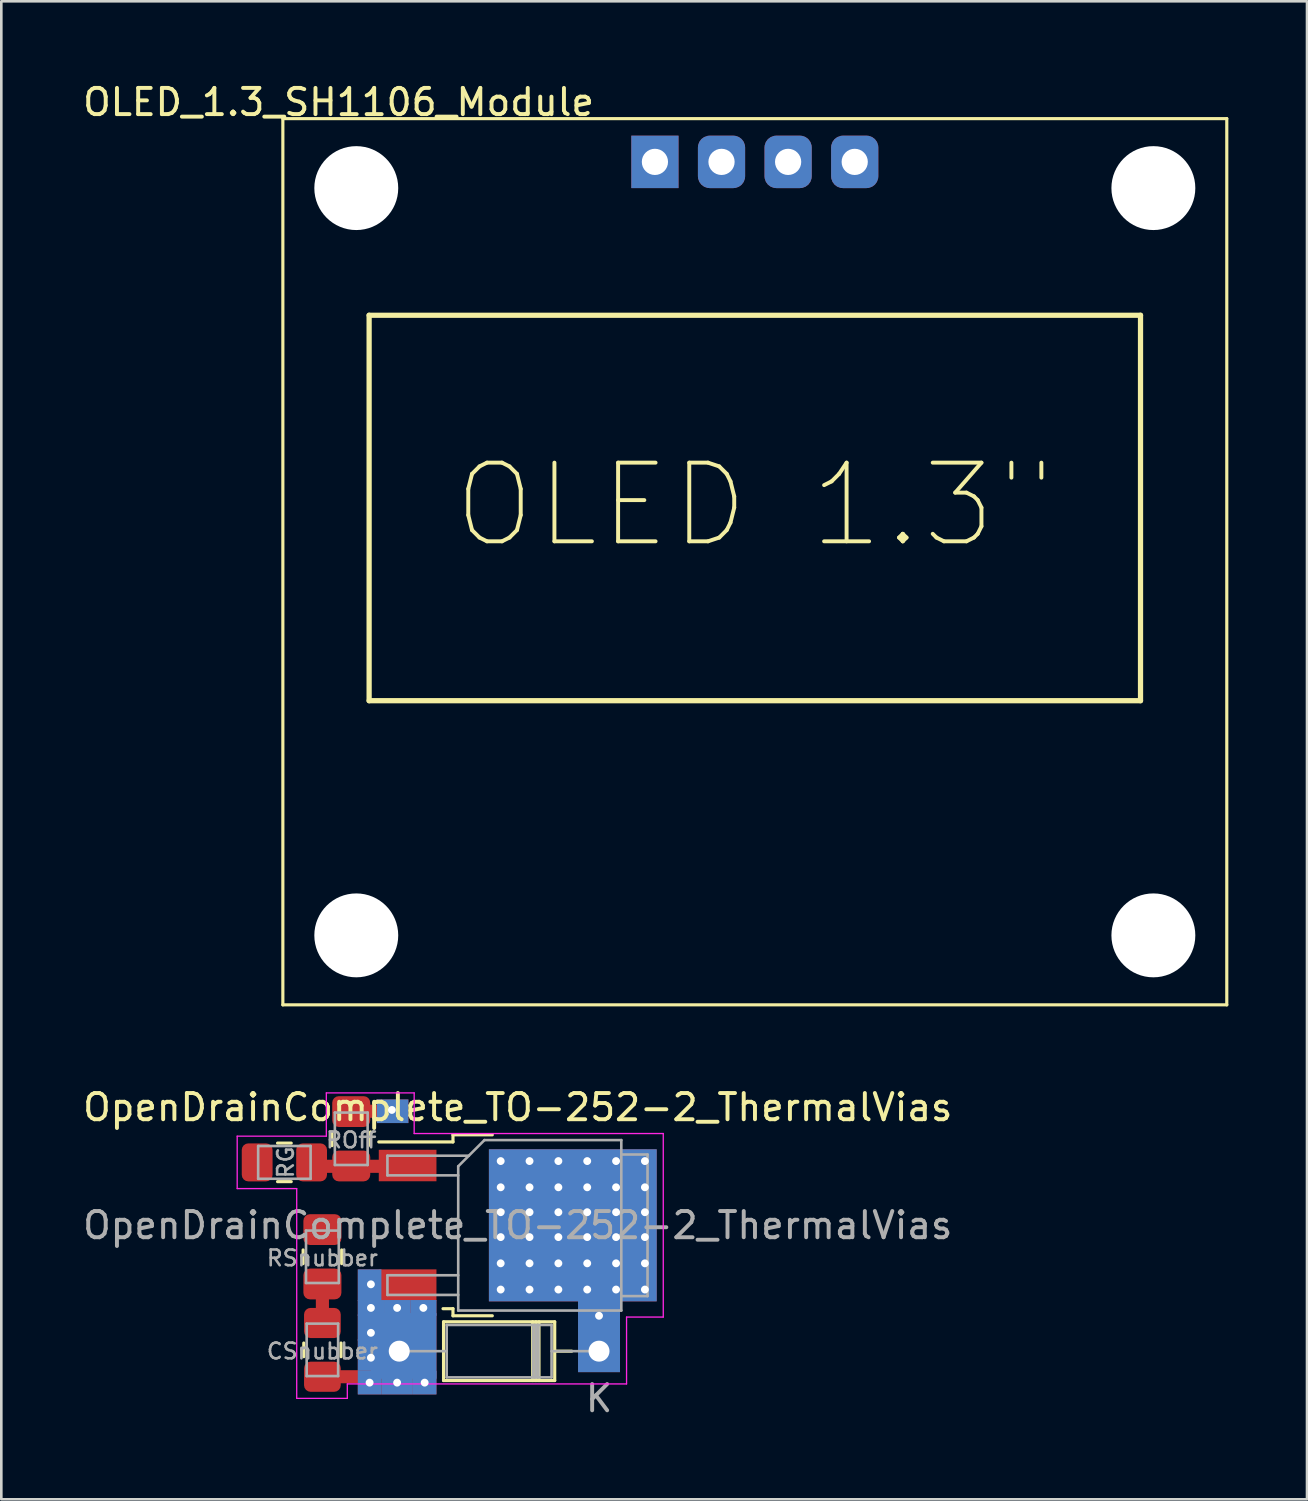
<source format=kicad_pcb>
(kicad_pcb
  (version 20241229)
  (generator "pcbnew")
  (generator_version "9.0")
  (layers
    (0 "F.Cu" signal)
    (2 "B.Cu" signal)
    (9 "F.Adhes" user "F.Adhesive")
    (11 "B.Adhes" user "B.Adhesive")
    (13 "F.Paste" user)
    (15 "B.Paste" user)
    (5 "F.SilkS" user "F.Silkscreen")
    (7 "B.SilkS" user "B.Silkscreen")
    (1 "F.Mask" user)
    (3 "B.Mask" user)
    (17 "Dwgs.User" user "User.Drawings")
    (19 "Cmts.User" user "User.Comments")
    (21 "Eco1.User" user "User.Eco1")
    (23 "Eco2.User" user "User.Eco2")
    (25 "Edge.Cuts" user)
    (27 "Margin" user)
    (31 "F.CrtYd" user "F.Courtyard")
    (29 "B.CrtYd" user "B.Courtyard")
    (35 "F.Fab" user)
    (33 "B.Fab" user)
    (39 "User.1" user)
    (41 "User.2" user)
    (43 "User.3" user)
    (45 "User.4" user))
  (footprint "OLED_1.3_SH1106_Module"
    (layer "F.Cu")
    (at 25.738 18.374)
    (property "Reference" "OLED_1.3_SH1106_Module" (at -15.875 -17.526 0) (layer "F.SilkS") (effects (font (size 1 1) (thickness 0.15))))
    (attr through_hole)
    (fp_line (start -18 -16.9) (end -18 16.9) (stroke (width 0.12) (type solid)) (layer "F.SilkS"))
    (fp_line (start -18 -16.9) (end 18 -16.9) (stroke (width 0.12) (type solid)) (layer "F.SilkS"))
    (fp_line (start -18 16.9) (end 18 16.9) (stroke (width 0.12) (type solid)) (layer "F.SilkS"))
    (fp_line (start -14.71 -9.4) (end -14.71 5.3) (stroke (width 0.2) (type solid)) (layer "F.SilkS"))
    (fp_line (start -14.71 -9.4) (end 14.71 -9.4) (stroke (width 0.2) (type solid)) (layer "F.SilkS"))
    (fp_line (start 14.71 5.3) (end -14.71 5.3) (stroke (width 0.2) (type solid)) (layer "F.SilkS"))
    (fp_line (start 14.71 5.3) (end 14.71 -9.4) (stroke (width 0.2) (type solid)) (layer "F.SilkS"))
    (fp_line (start 18 -16.9) (end 18 16.9) (stroke (width 0.12) (type solid)) (layer "F.SilkS"))
    (fp_text user "OLED 1.3\"" (at 0 -2.159 0) (layer "F.SilkS") (effects (font (size 3 3) (thickness 0.15))))
    (pad "" np_thru_hole circle (at -15.2 -14.25 90) (size 3.2 3.2) (drill 3.2) (layers "*.Cu" "*.Mask"))
    (pad "" np_thru_hole circle (at -15.2 14.25 90) (size 3.2 3.2) (drill 3.2) (layers "*.Cu" "*.Mask"))
    (pad "" np_thru_hole circle (at 15.2 -14.25 90) (size 3.2 3.2) (drill 3.2) (layers "*.Cu" "*.Mask"))
    (pad "" np_thru_hole circle (at 15.2 14.25 90) (size 3.2 3.2) (drill 3.2) (layers "*.Cu" "*.Mask"))
    (pad "1" thru_hole rect (at -3.81 -15.25) (size 1.8 2) (drill 1) (layers "*.Cu" "*.Mask"))
    (pad "2" thru_hole roundrect (at -1.27 -15.25) (size 1.8 2) (drill 1) (layers "*.Cu" "*.Mask") (roundrect_rratio 0.25))
    (pad "3" thru_hole roundrect (at 1.27 -15.25) (size 1.8 2) (drill 1) (layers "*.Cu" "*.Mask") (roundrect_rratio 0.25))
    (pad "4" thru_hole roundrect (at 3.81 -15.25) (size 1.8 2) (drill 1) (layers "*.Cu" "*.Mask") (roundrect_rratio 0.25)))
  (footprint "OpenDrainComplete_TO-252-2_ThermalVias"
    (layer "F.Cu")
    (at 16.696 43.682)
    (property "Reference" "OpenDrainComplete_TO-252-2_ThermalVias" (at 0 -4.5 0) (layer "F.SilkS") (effects (font (size 1 1) (thickness 0.15))))
    (attr smd)
    (fp_line (start -8.639 -3.135) (end -9.161 -3.135) (stroke (width 0.12) (type solid)) (layer "F.SilkS"))
    (fp_line (start -8.639 -1.665) (end -9.161 -1.665) (stroke (width 0.12) (type solid)) (layer "F.SilkS"))
    (fp_line (start -8.185 1.461) (end -8.185 0.939) (stroke (width 0.12) (type solid)) (layer "F.SilkS"))
    (fp_line (start -8.16 4.489) (end -8.16 5.011) (stroke (width 0.12) (type solid)) (layer "F.SilkS"))
    (fp_line (start -7.085 -3.039) (end -7.085 -3.561) (stroke (width 0.12) (type solid)) (layer "F.SilkS"))
    (fp_line (start -6.74 4.489) (end -6.74 5.011) (stroke (width 0.12) (type solid)) (layer "F.SilkS"))
    (fp_line (start -6.715 1.461) (end -6.715 0.939) (stroke (width 0.12) (type solid)) (layer "F.SilkS"))
    (fp_line (start -5.615 -3.039) (end -5.615 -3.561) (stroke (width 0.12) (type solid)) (layer "F.SilkS"))
    (fp_line (start -2.83 3.68) (end -2.83 5.92) (stroke (width 0.12) (type solid)) (layer "F.SilkS"))
    (fp_line (start -2.83 5.92) (end 1.41 5.92) (stroke (width 0.12) (type solid)) (layer "F.SilkS"))
    (fp_line (start -2.47 -3.45) (end -2.47 -3.18) (stroke (width 0.12) (type solid)) (layer "F.SilkS"))
    (fp_line (start -2.47 -3.18) (end -5.3 -3.18) (stroke (width 0.12) (type solid)) (layer "F.SilkS"))
    (fp_line (start -2.47 3.18) (end -2.85 3.18) (stroke (width 0.12) (type solid)) (layer "F.SilkS"))
    (fp_line (start -2.47 3.45) (end -2.47 3.18) (stroke (width 0.12) (type solid)) (layer "F.SilkS"))
    (fp_line (start -0.97 -3.45) (end -2.47 -3.45) (stroke (width 0.12) (type solid)) (layer "F.SilkS"))
    (fp_line (start -0.97 3.45) (end -2.47 3.45) (stroke (width 0.12) (type solid)) (layer "F.SilkS"))
    (fp_line (start 0.57 5.92) (end 0.57 3.68) (stroke (width 0.12) (type solid)) (layer "F.SilkS"))
    (fp_line (start 0.69 5.92) (end 0.69 3.68) (stroke (width 0.12) (type solid)) (layer "F.SilkS"))
    (fp_line (start 0.81 5.92) (end 0.81 3.68) (stroke (width 0.12) (type solid)) (layer "F.SilkS"))
    (fp_line (start 1.41 3.68) (end -2.83 3.68) (stroke (width 0.12) (type solid)) (layer "F.SilkS"))
    (fp_line (start 1.41 5.92) (end 1.41 3.68) (stroke (width 0.12) (type solid)) (layer "F.SilkS"))
    (fp_line (start 2.06 4.8) (end 1.41 4.8) (stroke (width 0.12) (type solid)) (layer "F.SilkS"))
    (fp_line (start -10.7 -3.4) (end -10.7 -1.4) (stroke (width 0.05) (type solid)) (layer "F.CrtYd"))
    (fp_line (start -10.7 -3.4) (end -7.3 -3.4) (stroke (width 0.05) (type solid)) (layer "F.CrtYd"))
    (fp_line (start -8.43 -1.4) (end -10.7 -1.4) (stroke (width 0.05) (type solid)) (layer "F.CrtYd"))
    (fp_line (start -8.43 6.6) (end -8.43 -1.4) (stroke (width 0.05) (type solid)) (layer "F.CrtYd"))
    (fp_line (start -7.3 -5.05) (end -3.95 -5.05) (stroke (width 0.05) (type solid)) (layer "F.CrtYd"))
    (fp_line (start -7.3 -3.4) (end -7.3 -5.05) (stroke (width 0.05) (type solid)) (layer "F.CrtYd"))
    (fp_line (start -6.5 6.05) (end 4.15 6.05) (stroke (width 0.05) (type solid)) (layer "F.CrtYd"))
    (fp_line (start -6.5 6.6) (end -8.43 6.6) (stroke (width 0.05) (type solid)) (layer "F.CrtYd"))
    (fp_line (start -6.5 6.6) (end -6.5 6.05) (stroke (width 0.05) (type solid)) (layer "F.CrtYd"))
    (fp_line (start -3.95 -5.05) (end -3.95 -3.5) (stroke (width 0.05) (type solid)) (layer "F.CrtYd"))
    (fp_line (start 4.15 3.5) (end 5.55 3.5) (stroke (width 0.05) (type solid)) (layer "F.CrtYd"))
    (fp_line (start 4.15 6.05) (end 4.15 3.5) (stroke (width 0.05) (type solid)) (layer "F.CrtYd"))
    (fp_line (start 5.55 -3.5) (end -3.95 -3.5) (stroke (width 0.05) (type solid)) (layer "F.CrtYd"))
    (fp_line (start 5.55 3.5) (end 5.55 -3.5) (stroke (width 0.05) (type solid)) (layer "F.CrtYd"))
    (fp_line (start -9.9 -3.025) (end -7.9 -3.025) (stroke (width 0.1) (type solid)) (layer "F.Fab"))
    (fp_line (start -9.9 -1.775) (end -9.9 -3.025) (stroke (width 0.1) (type solid)) (layer "F.Fab"))
    (fp_line (start -8.075 0.2) (end -6.825 0.2) (stroke (width 0.1) (type solid)) (layer "F.Fab"))
    (fp_line (start -8.075 2.2) (end -8.075 0.2) (stroke (width 0.1) (type solid)) (layer "F.Fab"))
    (fp_line (start -8.05 3.75) (end -6.85 3.75) (stroke (width 0.1) (type solid)) (layer "F.Fab"))
    (fp_line (start -8.05 5.75) (end -8.05 3.75) (stroke (width 0.1) (type solid)) (layer "F.Fab"))
    (fp_line (start -7.9 -3.025) (end -7.9 -1.775) (stroke (width 0.1) (type solid)) (layer "F.Fab"))
    (fp_line (start -7.9 -1.775) (end -9.9 -1.775) (stroke (width 0.1) (type solid)) (layer "F.Fab"))
    (fp_line (start -6.975 -4.3) (end -5.725 -4.3) (stroke (width 0.1) (type solid)) (layer "F.Fab"))
    (fp_line (start -6.975 -2.3) (end -6.975 -4.3) (stroke (width 0.1) (type solid)) (layer "F.Fab"))
    (fp_line (start -6.85 3.75) (end -6.85 5.75) (stroke (width 0.1) (type solid)) (layer "F.Fab"))
    (fp_line (start -6.85 5.75) (end -8.05 5.75) (stroke (width 0.1) (type solid)) (layer "F.Fab"))
    (fp_line (start -6.825 0.2) (end -6.825 2.2) (stroke (width 0.1) (type solid)) (layer "F.Fab"))
    (fp_line (start -6.825 2.2) (end -8.075 2.2) (stroke (width 0.1) (type solid)) (layer "F.Fab"))
    (fp_line (start -5.725 -4.3) (end -5.725 -2.3) (stroke (width 0.1) (type solid)) (layer "F.Fab"))
    (fp_line (start -5.725 -2.3) (end -6.975 -2.3) (stroke (width 0.1) (type solid)) (layer "F.Fab"))
    (fp_line (start -4.97 -2.655) (end -4.97 -1.905) (stroke (width 0.1) (type solid)) (layer "F.Fab"))
    (fp_line (start -4.97 -1.905) (end -2.27 -1.905) (stroke (width 0.1) (type solid)) (layer "F.Fab"))
    (fp_line (start -4.97 1.905) (end -4.97 2.655) (stroke (width 0.1) (type solid)) (layer "F.Fab"))
    (fp_line (start -4.97 2.655) (end -2.27 2.655) (stroke (width 0.1) (type solid)) (layer "F.Fab"))
    (fp_line (start -4.52 4.8) (end -2.71 4.8) (stroke (width 0.1) (type solid)) (layer "F.Fab"))
    (fp_line (start -2.71 3.8) (end -2.71 5.8) (stroke (width 0.1) (type solid)) (layer "F.Fab"))
    (fp_line (start -2.71 5.8) (end 1.29 5.8) (stroke (width 0.1) (type solid)) (layer "F.Fab"))
    (fp_line (start -2.27 -2.25) (end -1.27 -3.25) (stroke (width 0.1) (type solid)) (layer "F.Fab"))
    (fp_line (start -2.27 1.905) (end -4.97 1.905) (stroke (width 0.1) (type solid)) (layer "F.Fab"))
    (fp_line (start -2.27 3.25) (end -2.27 -2.25) (stroke (width 0.1) (type solid)) (layer "F.Fab"))
    (fp_line (start -1.865 -2.655) (end -4.97 -2.655) (stroke (width 0.1) (type solid)) (layer "F.Fab"))
    (fp_line (start -1.27 -3.25) (end 3.95 -3.25) (stroke (width 0.1) (type solid)) (layer "F.Fab"))
    (fp_line (start 0.59 5.8) (end 0.59 3.8) (stroke (width 0.1) (type solid)) (layer "F.Fab"))
    (fp_line (start 0.69 5.8) (end 0.69 3.8) (stroke (width 0.1) (type solid)) (layer "F.Fab"))
    (fp_line (start 0.79 5.8) (end 0.79 3.8) (stroke (width 0.1) (type solid)) (layer "F.Fab"))
    (fp_line (start 1.29 3.8) (end -2.71 3.8) (stroke (width 0.1) (type solid)) (layer "F.Fab"))
    (fp_line (start 1.29 5.8) (end 1.29 3.8) (stroke (width 0.1) (type solid)) (layer "F.Fab"))
    (fp_line (start 3.1 4.8) (end 1.29 4.8) (stroke (width 0.1) (type solid)) (layer "F.Fab"))
    (fp_line (start 3.95 -3.25) (end 3.95 3.25) (stroke (width 0.1) (type solid)) (layer "F.Fab"))
    (fp_line (start 3.95 -2.7) (end 4.95 -2.7) (stroke (width 0.1) (type solid)) (layer "F.Fab"))
    (fp_line (start 3.95 3.25) (end -2.27 3.25) (stroke (width 0.1) (type solid)) (layer "F.Fab"))
    (fp_line (start 4.95 -2.7) (end 4.95 2.7) (stroke (width 0.1) (type solid)) (layer "F.Fab"))
    (fp_line (start 4.95 2.7) (end 3.95 2.7) (stroke (width 0.1) (type solid)) (layer "F.Fab"))
    (fp_text user "K" (at 3.1 6.6 180) (layer "F.Fab") (effects (font (size 1 1) (thickness 0.15))))
    (fp_text user "${REFERENCE}" (at 0 0 0) (layer "F.Fab") (effects (font (size 1 1) (thickness 0.15))))
    (fp_text user "RG" (at -8.85 -2.4 270) (layer "F.Fab") (effects (font (size 0.6 0.6) (thickness 0.1))))
    (fp_text user "RSnubber" (at -7.45 1.25 0) (layer "F.Fab") (effects (font (size 0.6 0.6) (thickness 0.1))))
    (fp_text user "ROff" (at -6.35 -3.25 0) (layer "F.Fab") (effects (font (size 0.6 0.6) (thickness 0.1))))
    (fp_text user "CSnubber" (at -7.45 4.8 180) (layer "F.Fab") (effects (font (size 0.6 0.6) (thickness 0.1))))
    (pad "" smd rect (at 0.425 -1.525) (size 3.05 2.75) (layers "F.Paste"))
    (pad "" smd rect (at 0.425 1.525) (size 3.05 2.75) (layers "F.Paste"))
    (pad "" smd rect (at 3.775 -1.525) (size 3.05 2.75) (layers "F.Paste"))
    (pad "" smd rect (at 3.775 1.525) (size 3.05 2.75) (layers "F.Paste"))
    (pad "1" smd roundrect (at -9.938 -2.4 180) (size 1.175 1.45) (layers "F.Cu" "F.Mask" "F.Paste") (roundrect_rratio 0.213))
    (pad "2" smd roundrect (at -7.45 0.163 90) (size 1.175 1.45) (layers "F.Cu" "F.Mask" "F.Paste") (roundrect_rratio 0.213))
    (pad "2" thru_hole rect (at -0.65 -2.45) (size 0.6 0.6) (drill 0.3) (layers "*.Cu" "*.Mask"))
    (pad "2" thru_hole rect (at -0.65 -1.45) (size 0.6 0.6) (drill 0.3) (layers "*.Cu" "*.Mask"))
    (pad "2" thru_hole rect (at -0.65 -0.5) (size 0.6 0.6) (drill 0.3) (layers "*.Cu" "*.Mask"))
    (pad "2" thru_hole rect (at -0.65 0.45) (size 0.6 0.6) (drill 0.3) (layers "*.Cu" "*.Mask"))
    (pad "2" thru_hole rect (at -0.65 1.45) (size 0.6 0.6) (drill 0.3) (layers "*.Cu" "*.Mask"))
    (pad "2" thru_hole rect (at -0.65 2.45) (size 0.6 0.6) (drill 0.3) (layers "*.Cu" "*.Mask"))
    (pad "2" thru_hole rect (at 0.45 -2.45 180) (size 1 0.6) (drill 0.3 (offset 0.2 0)) (layers "*.Cu" "*.Mask"))
    (pad "2" thru_hole rect (at 0.45 -1.45 180) (size 1 0.6) (drill 0.3 (offset 0.2 0)) (layers "*.Cu" "*.Mask"))
    (pad "2" thru_hole rect (at 0.45 -0.5 180) (size 1 0.6) (drill 0.3 (offset 0.2 0)) (layers "*.Cu" "*.Mask"))
    (pad "2" thru_hole rect (at 0.45 0.45 180) (size 1 0.6) (drill 0.3 (offset 0.2 0)) (layers "*.Cu" "*.Mask"))
    (pad "2" thru_hole rect (at 0.45 1.45 180) (size 1 0.6) (drill 0.3 (offset 0.2 0)) (layers "*.Cu" "*.Mask"))
    (pad "2" thru_hole rect (at 0.45 2.45 180) (size 1 0.6) (drill 0.3 (offset 0.2 0)) (layers "*.Cu" "*.Mask"))
    (pad "2" thru_hole rect (at 1.55 -2.45 180) (size 1 0.6) (drill 0.3 (offset 0.2 0)) (layers "*.Cu" "*.Mask"))
    (pad "2" thru_hole rect (at 1.55 -1.45 180) (size 1 0.6) (drill 0.3 (offset 0.2 0)) (layers "*.Cu" "*.Mask"))
    (pad "2" thru_hole rect (at 1.55 -0.5 180) (size 1 0.6) (drill 0.3 (offset 0.2 0)) (layers "*.Cu" "*.Mask"))
    (pad "2" thru_hole rect (at 1.55 0.45 180) (size 1 0.6) (drill 0.3 (offset 0.2 0)) (layers "*.Cu" "*.Mask"))
    (pad "2" thru_hole rect (at 1.55 1.45 180) (size 1 0.6) (drill 0.3 (offset 0.2 0)) (layers "*.Cu" "*.Mask"))
    (pad "2" thru_hole rect (at 1.55 2.45 180) (size 1 0.6) (drill 0.3 (offset 0.2 0)) (layers "*.Cu" "*.Mask"))
    (pad "2" smd rect (at 2.1 0) (size 6.4 5.8) (layers "F.Cu" "F.Mask"))
    (pad "2" smd rect (at 2.1 0) (size 6.4 5.8) (layers "B.Cu" "B.Mask"))
    (pad "2" thru_hole rect (at 2.65 -2.45) (size 1 0.6) (drill 0.3) (layers "*.Cu" "*.Mask"))
    (pad "2" thru_hole rect (at 2.65 -1.45) (size 1 0.6) (drill 0.3) (layers "*.Cu" "*.Mask"))
    (pad "2" thru_hole rect (at 2.65 -0.5) (size 1 0.6) (drill 0.3) (layers "*.Cu" "*.Mask"))
    (pad "2" thru_hole rect (at 2.65 0.45) (size 1 0.6) (drill 0.3) (layers "*.Cu" "*.Mask"))
    (pad "2" thru_hole rect (at 2.65 1.45) (size 1 0.6) (drill 0.3) (layers "*.Cu" "*.Mask"))
    (pad "2" thru_hole rect (at 2.65 2.45) (size 1 0.6) (drill 0.3) (layers "*.Cu" "*.Mask"))
    (pad "2" thru_hole rect (at 3.1 3.45 90) (size 1.2 1.6) (drill 0.3) (layers "*.Cu" "*.Mask"))
    (pad "2" thru_hole rect (at 3.1 4.8 180) (size 1.6 1.6) (drill 0.8) (layers "*.Cu" "*.Mask"))
    (pad "2" thru_hole rect (at 3.75 -2.45) (size 1 0.6) (drill 0.3 (offset 0.2 0)) (layers "*.Cu" "*.Mask"))
    (pad "2" thru_hole rect (at 3.75 -1.45) (size 1 0.6) (drill 0.3 (offset 0.2 0)) (layers "*.Cu" "*.Mask"))
    (pad "2" thru_hole rect (at 3.75 -0.5) (size 1 0.6) (drill 0.3 (offset 0.2 0)) (layers "*.Cu" "*.Mask"))
    (pad "2" thru_hole rect (at 3.75 0.45) (size 1 0.6) (drill 0.3 (offset 0.2 0)) (layers "*.Cu" "*.Mask"))
    (pad "2" thru_hole rect (at 3.75 1.45) (size 1 0.6) (drill 0.3 (offset 0.2 0)) (layers "*.Cu" "*.Mask"))
    (pad "2" thru_hole rect (at 3.75 2.45) (size 1 0.6) (drill 0.3 (offset 0.2 0)) (layers "*.Cu" "*.Mask"))
    (pad "2" thru_hole rect (at 4.85 -2.45) (size 0.6 0.6) (drill 0.3) (layers "*.Cu" "*.Mask"))
    (pad "2" thru_hole rect (at 4.85 -1.45) (size 0.6 0.6) (drill 0.3) (layers "*.Cu" "*.Mask"))
    (pad "2" thru_hole rect (at 4.85 -0.5) (size 0.6 0.6) (drill 0.3) (layers "*.Cu" "*.Mask"))
    (pad "2" thru_hole rect (at 4.85 0.45) (size 0.6 0.6) (drill 0.3) (layers "*.Cu" "*.Mask"))
    (pad "2" thru_hole rect (at 4.85 1.45) (size 0.6 0.6) (drill 0.3) (layers "*.Cu" "*.Mask"))
    (pad "2" thru_hole rect (at 4.85 2.45) (size 0.6 0.6) (drill 0.3) (layers "*.Cu" "*.Mask"))
    (pad "3" smd roundrect (at -7.45 5.775 270) (size 1.15 1.4) (layers "F.Cu" "F.Mask" "F.Paste") (roundrect_rratio 0.217))
    (pad "3" smd roundrect (at -6.45 5.775 270) (size 0.5 1) (layers "F.Cu" "F.Mask" "F.Paste") (roundrect_rratio 0.217))
    (pad "3" smd roundrect (at -6.35 -4.338 90) (size 1.175 1.45) (layers "F.Cu" "F.Mask" "F.Paste") (roundrect_rratio 0.213))
    (pad "3" thru_hole rect (at -5.65 6 90) (size 0.9 0.9) (drill 0.3) (layers "*.Cu" "*.Mask"))
    (pad "3" thru_hole rect (at -5.6 2.25 90) (size 1.2 0.9) (drill 0.3 (offset -0.03 -0.05)) (layers "*.Cu" "*.Mask"))
    (pad "3" thru_hole rect (at -5.6 3.15) (size 1 0.6) (drill 0.3) (layers "*.Cu" "*.Mask"))
    (pad "3" thru_hole rect (at -5.6 4.1 90) (size 1 0.9) (drill 0.3 (offset 0.2 -0.05)) (layers "*.Cu" "*.Mask"))
    (pad "3" thru_hole rect (at -5.6 5.05 90) (size 1.2 0.9) (drill 0.3 (offset 0.1 -0.05)) (layers "*.Cu" "*.Mask"))
    (pad "3" smd roundrect (at -5.575 -4.35 180) (size 1.15 0.5) (layers "F.Cu" "F.Mask" "F.Paste") (roundrect_rratio 0.217))
    (pad "3" thru_hole rect (at -4.8 -4.4 180) (size 1.2 0.9) (drill 0.3 (offset -0.03 -0.05)) (layers "*.Cu" "*.Mask"))
    (pad "3" thru_hole rect (at -4.6 3.15) (size 1 0.6) (drill 0.3) (layers "*.Cu" "*.Mask"))
    (pad "3" thru_hole rect (at -4.6 6 90) (size 0.9 1.2) (drill 0.3) (layers "*.Cu" "*.Mask"))
    (pad "3" thru_hole rect (at -4.52 4.8 180) (size 2.5 2.5) (drill 0.8 (offset -0.17 0.2)) (layers "*.Cu" "*.Mask"))
    (pad "3" smd rect (at -4.2 2.28) (size 2.2 1.2) (layers "F.Cu" "F.Mask" "F.Paste"))
    (pad "3" thru_hole rect (at -3.6 3.15) (size 1 0.6) (drill 0.3) (layers "*.Cu" "*.Mask"))
    (pad "3" thru_hole rect (at -3.55 6 90) (size 0.9 0.9) (drill 0.3) (layers "*.Cu" "*.Mask"))
    (pad "4" smd roundrect (at -7.45 2.237 90) (size 1.175 1.45) (layers "F.Cu" "F.Mask" "F.Paste") (roundrect_rratio 0.213))
    (pad "4" smd roundrect (at -7.45 2.925 270) (size 1.15 0.5) (layers "F.Cu" "F.Mask" "F.Paste") (roundrect_rratio 0.217))
    (pad "4" smd roundrect (at -7.45 3.725 270) (size 1.15 1.4) (layers "F.Cu" "F.Mask" "F.Paste") (roundrect_rratio 0.217))
    (pad "5" smd roundrect (at -7.862 -2.4 180) (size 1.175 1.45) (layers "F.Cu" "F.Mask" "F.Paste") (roundrect_rratio 0.213))
    (pad "5" smd roundrect (at -7.175 -2.25) (size 1.15 0.5) (layers "F.Cu" "F.Mask" "F.Paste") (roundrect_rratio 0.217))
    (pad "5" smd roundrect (at -6.35 -2.263 90) (size 1.175 1.45) (layers "F.Cu" "F.Mask" "F.Paste") (roundrect_rratio 0.213))
    (pad "5" smd roundrect (at -5.425 -2.25) (size 1.15 0.5) (layers "F.Cu" "F.Mask" "F.Paste") (roundrect_rratio 0.217))
    (pad "5" smd rect (at -4.2 -2.28) (size 2.2 1.2) (layers "F.Cu" "F.Mask" "F.Paste")))
  (gr_rect
    (start -3 -3)
    (end 46.798 54.131)
    (stroke (width 0.1) (type default))
    (fill no)
    (layer "Edge.Cuts")))
</source>
